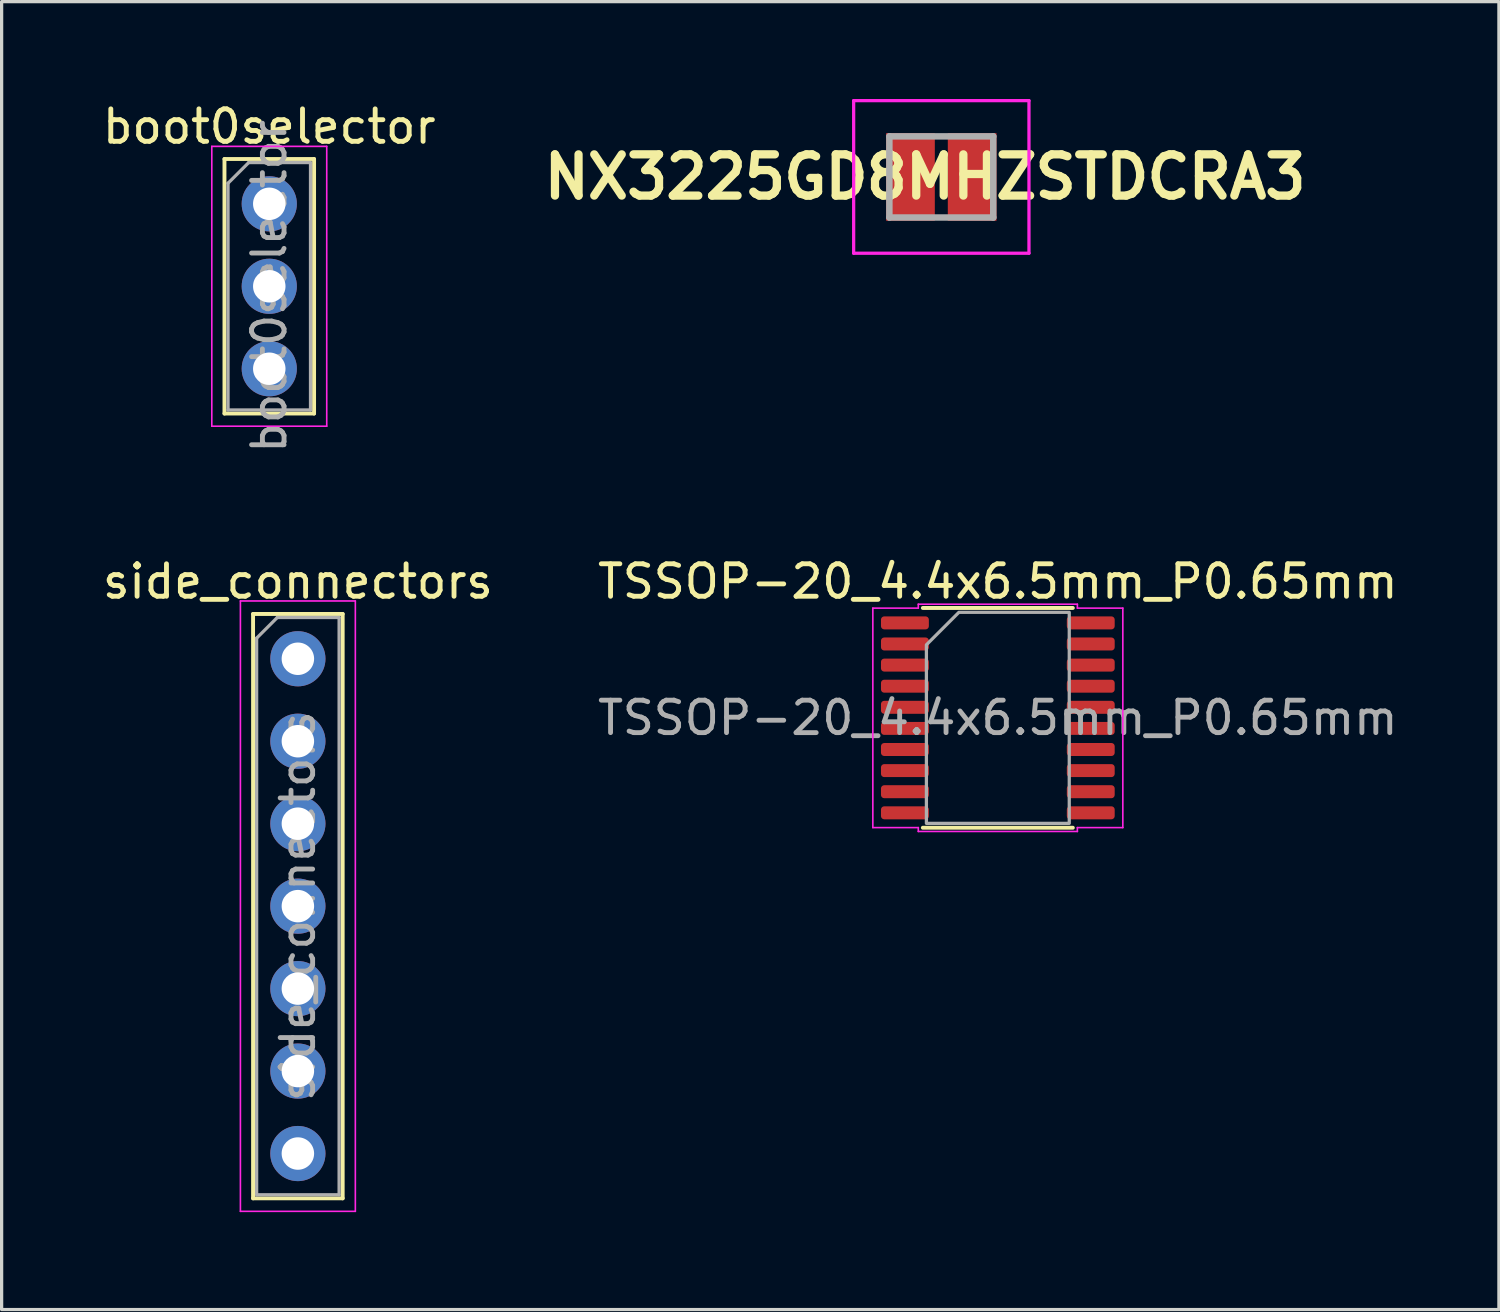
<source format=kicad_pcb>
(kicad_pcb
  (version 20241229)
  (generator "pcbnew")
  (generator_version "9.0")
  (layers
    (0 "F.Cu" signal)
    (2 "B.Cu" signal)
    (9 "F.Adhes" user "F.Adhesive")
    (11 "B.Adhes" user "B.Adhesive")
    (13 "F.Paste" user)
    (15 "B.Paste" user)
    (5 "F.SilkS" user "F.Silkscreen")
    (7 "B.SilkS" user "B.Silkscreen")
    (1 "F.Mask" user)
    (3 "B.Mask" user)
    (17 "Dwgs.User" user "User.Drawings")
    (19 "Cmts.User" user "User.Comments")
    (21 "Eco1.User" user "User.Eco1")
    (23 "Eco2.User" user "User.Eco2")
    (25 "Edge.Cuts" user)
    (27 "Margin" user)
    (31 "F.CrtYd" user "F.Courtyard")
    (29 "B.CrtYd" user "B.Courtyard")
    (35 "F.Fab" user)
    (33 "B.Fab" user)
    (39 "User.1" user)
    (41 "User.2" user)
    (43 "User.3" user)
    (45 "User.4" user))
  (footprint "side_connectors"
    (layer "F.Cu")
    (at 6.125 17.241)
    (property "Reference" "side_connectors" (at 0 -2.38 0) (layer "F.SilkS") (effects (font (size 1 1) (thickness 0.15))))
    (attr through_hole)
    (fp_line (start -1.38 -1.38) (end -1.38 16.62) (stroke (width 0.12) (type solid)) (layer "F.SilkS"))
    (fp_line (start -1.38 -1.38) (end 1.38 -1.38) (stroke (width 0.12) (type solid)) (layer "F.SilkS"))
    (fp_line (start -1.38 16.62) (end 1.38 16.62) (stroke (width 0.12) (type solid)) (layer "F.SilkS"))
    (fp_line (start 1.38 -1.38) (end 1.38 16.62) (stroke (width 0.12) (type solid)) (layer "F.SilkS"))
    (fp_line (start -1.77 -1.78) (end -1.77 17.02) (stroke (width 0.05) (type solid)) (layer "F.CrtYd"))
    (fp_line (start -1.77 17.02) (end 1.77 17.02) (stroke (width 0.05) (type solid)) (layer "F.CrtYd"))
    (fp_line (start 1.77 -1.78) (end -1.77 -1.78) (stroke (width 0.05) (type solid)) (layer "F.CrtYd"))
    (fp_line (start 1.77 17.02) (end 1.77 -1.78) (stroke (width 0.05) (type solid)) (layer "F.CrtYd"))
    (fp_line (start -1.27 -0.635) (end -0.635 -1.27) (stroke (width 0.1) (type solid)) (layer "F.Fab"))
    (fp_line (start -1.27 16.51) (end -1.27 -0.635) (stroke (width 0.1) (type solid)) (layer "F.Fab"))
    (fp_line (start -0.635 -1.27) (end 1.27 -1.27) (stroke (width 0.1) (type solid)) (layer "F.Fab"))
    (fp_line (start 1.27 -1.27) (end 1.27 16.51) (stroke (width 0.1) (type solid)) (layer "F.Fab"))
    (fp_line (start 1.27 16.51) (end -1.27 16.51) (stroke (width 0.1) (type solid)) (layer "F.Fab"))
    (fp_text user "${REFERENCE}" (at 0 7.62 90) (layer "F.Fab") (effects (font (size 1 1) (thickness 0.15))))
    (pad "1" thru_hole circle (at 0 0) (size 1.7 1.7) (drill 1) (layers "*.Cu" "*.Mask"))
    (pad "2" thru_hole circle (at 0 2.54) (size 1.7 1.7) (drill 1) (layers "*.Cu" "*.Mask"))
    (pad "3" thru_hole circle (at 0 5.08) (size 1.7 1.7) (drill 1) (layers "*.Cu" "*.Mask"))
    (pad "4" thru_hole circle (at 0 7.62) (size 1.7 1.7) (drill 1) (layers "*.Cu" "*.Mask"))
    (pad "5" thru_hole circle (at 0 10.16) (size 1.7 1.7) (drill 1) (layers "*.Cu" "*.Mask"))
    (pad "6" thru_hole circle (at 0 12.7) (size 1.7 1.7) (drill 1) (layers "*.Cu" "*.Mask"))
    (pad "7" thru_hole circle (at 0 15.24) (size 1.7 1.7) (drill 1) (layers "*.Cu" "*.Mask")))
  (footprint "TSSOP-20_4.4x6.5mm_P0.65mm"
    (layer "F.Cu")
    (at 27.685 19.061)
    (property "Reference" "TSSOP-20_4.4x6.5mm_P0.65mm" (at 0 -4.2 0) (layer "F.SilkS") (effects (font (size 1 1) (thickness 0.15))))
    (attr smd)
    (fp_line (start -2.31 -3.385) (end 2.31 -3.385) (stroke (width 0.12) (type solid)) (layer "F.SilkS"))
    (fp_line (start 2.31 3.385) (end -2.31 3.385) (stroke (width 0.12) (type solid)) (layer "F.SilkS"))
    (fp_line (start -3.85 -3.38) (end -2.45 -3.38) (stroke (width 0.05) (type solid)) (layer "F.CrtYd"))
    (fp_line (start -3.85 3.38) (end -3.85 -3.38) (stroke (width 0.05) (type solid)) (layer "F.CrtYd"))
    (fp_line (start -2.45 -3.5) (end 2.45 -3.5) (stroke (width 0.05) (type solid)) (layer "F.CrtYd"))
    (fp_line (start -2.45 -3.38) (end -2.45 -3.5) (stroke (width 0.05) (type solid)) (layer "F.CrtYd"))
    (fp_line (start -2.45 3.38) (end -3.85 3.38) (stroke (width 0.05) (type solid)) (layer "F.CrtYd"))
    (fp_line (start -2.45 3.5) (end -2.45 3.38) (stroke (width 0.05) (type solid)) (layer "F.CrtYd"))
    (fp_line (start 2.45 -3.5) (end 2.45 -3.38) (stroke (width 0.05) (type solid)) (layer "F.CrtYd"))
    (fp_line (start 2.45 -3.38) (end 3.85 -3.38) (stroke (width 0.05) (type solid)) (layer "F.CrtYd"))
    (fp_line (start 2.45 3.38) (end 2.45 3.5) (stroke (width 0.05) (type solid)) (layer "F.CrtYd"))
    (fp_line (start 2.45 3.5) (end -2.45 3.5) (stroke (width 0.05) (type solid)) (layer "F.CrtYd"))
    (fp_line (start 3.85 -3.38) (end 3.85 3.38) (stroke (width 0.05) (type solid)) (layer "F.CrtYd"))
    (fp_line (start 3.85 3.38) (end 2.45 3.38) (stroke (width 0.05) (type solid)) (layer "F.CrtYd"))
    (fp_poly (pts (xy -2.2 -2.25) (xy -2.2 3.25) (xy 2.2 3.25) (xy 2.2 -3.25) (xy -1.2 -3.25)) (stroke (width 0.1) (type solid)) (fill no) (layer "F.Fab"))
    (fp_text user "${REFERENCE}" (at 0 0 0) (layer "F.Fab") (effects (font (size 1 1) (thickness 0.15))))
    (pad "1" smd roundrect (at -2.862 -2.925) (size 1.475 0.4) (layers "F.Cu" "F.Mask" "F.Paste") (roundrect_rratio 0.25))
    (pad "2" smd roundrect (at -2.862 -2.275) (size 1.475 0.4) (layers "F.Cu" "F.Mask" "F.Paste") (roundrect_rratio 0.25))
    (pad "3" smd roundrect (at -2.862 -1.625) (size 1.475 0.4) (layers "F.Cu" "F.Mask" "F.Paste") (roundrect_rratio 0.25))
    (pad "4" smd roundrect (at -2.862 -0.975) (size 1.475 0.4) (layers "F.Cu" "F.Mask" "F.Paste") (roundrect_rratio 0.25))
    (pad "5" smd roundrect (at -2.862 -0.325) (size 1.475 0.4) (layers "F.Cu" "F.Mask" "F.Paste") (roundrect_rratio 0.25))
    (pad "6" smd roundrect (at -2.862 0.325) (size 1.475 0.4) (layers "F.Cu" "F.Mask" "F.Paste") (roundrect_rratio 0.25))
    (pad "7" smd roundrect (at -2.862 0.975) (size 1.475 0.4) (layers "F.Cu" "F.Mask" "F.Paste") (roundrect_rratio 0.25))
    (pad "8" smd roundrect (at -2.862 1.625) (size 1.475 0.4) (layers "F.Cu" "F.Mask" "F.Paste") (roundrect_rratio 0.25))
    (pad "9" smd roundrect (at -2.862 2.275) (size 1.475 0.4) (layers "F.Cu" "F.Mask" "F.Paste") (roundrect_rratio 0.25))
    (pad "10" smd roundrect (at -2.862 2.925) (size 1.475 0.4) (layers "F.Cu" "F.Mask" "F.Paste") (roundrect_rratio 0.25))
    (pad "11" smd roundrect (at 2.862 2.925) (size 1.475 0.4) (layers "F.Cu" "F.Mask" "F.Paste") (roundrect_rratio 0.25))
    (pad "12" smd roundrect (at 2.862 2.275) (size 1.475 0.4) (layers "F.Cu" "F.Mask" "F.Paste") (roundrect_rratio 0.25))
    (pad "13" smd roundrect (at 2.862 1.625) (size 1.475 0.4) (layers "F.Cu" "F.Mask" "F.Paste") (roundrect_rratio 0.25))
    (pad "14" smd roundrect (at 2.862 0.975) (size 1.475 0.4) (layers "F.Cu" "F.Mask" "F.Paste") (roundrect_rratio 0.25))
    (pad "15" smd roundrect (at 2.862 0.325) (size 1.475 0.4) (layers "F.Cu" "F.Mask" "F.Paste") (roundrect_rratio 0.25))
    (pad "16" smd roundrect (at 2.862 -0.325) (size 1.475 0.4) (layers "F.Cu" "F.Mask" "F.Paste") (roundrect_rratio 0.25))
    (pad "17" smd roundrect (at 2.862 -0.975) (size 1.475 0.4) (layers "F.Cu" "F.Mask" "F.Paste") (roundrect_rratio 0.25))
    (pad "18" smd roundrect (at 2.862 -1.625) (size 1.475 0.4) (layers "F.Cu" "F.Mask" "F.Paste") (roundrect_rratio 0.25))
    (pad "19" smd roundrect (at 2.862 -2.275) (size 1.475 0.4) (layers "F.Cu" "F.Mask" "F.Paste") (roundrect_rratio 0.25))
    (pad "20" smd roundrect (at 2.862 -2.925) (size 1.475 0.4) (layers "F.Cu" "F.Mask" "F.Paste") (roundrect_rratio 0.25)))
  (footprint "boot0selector"
    (layer "F.Cu")
    (at 5.244 3.228)
    (property "Reference" "boot0selector" (at 0 -2.38 180) (layer "F.SilkS") (effects (font (size 1 1) (thickness 0.15))))
    (attr through_hole)
    (fp_line (start -1.38 -1.38) (end -1.38 6.46) (stroke (width 0.12) (type solid)) (layer "F.SilkS"))
    (fp_line (start -1.38 -1.38) (end 1.38 -1.38) (stroke (width 0.12) (type solid)) (layer "F.SilkS"))
    (fp_line (start -1.38 6.46) (end 1.38 6.46) (stroke (width 0.12) (type solid)) (layer "F.SilkS"))
    (fp_line (start 1.38 -1.38) (end 1.38 6.46) (stroke (width 0.12) (type solid)) (layer "F.SilkS"))
    (fp_line (start -1.77 -1.77) (end -1.77 6.85) (stroke (width 0.05) (type solid)) (layer "F.CrtYd"))
    (fp_line (start -1.77 6.85) (end 1.77 6.85) (stroke (width 0.05) (type solid)) (layer "F.CrtYd"))
    (fp_line (start 1.77 -1.77) (end -1.77 -1.77) (stroke (width 0.05) (type solid)) (layer "F.CrtYd"))
    (fp_line (start 1.77 6.85) (end 1.77 -1.77) (stroke (width 0.05) (type solid)) (layer "F.CrtYd"))
    (fp_line (start -1.27 -0.635) (end -0.635 -1.27) (stroke (width 0.1) (type solid)) (layer "F.Fab"))
    (fp_line (start -1.27 6.35) (end -1.27 -0.635) (stroke (width 0.1) (type solid)) (layer "F.Fab"))
    (fp_line (start -0.635 -1.27) (end 1.27 -1.27) (stroke (width 0.1) (type solid)) (layer "F.Fab"))
    (fp_line (start 1.27 -1.27) (end 1.27 6.35) (stroke (width 0.1) (type solid)) (layer "F.Fab"))
    (fp_line (start 1.27 6.35) (end -1.27 6.35) (stroke (width 0.1) (type solid)) (layer "F.Fab"))
    (fp_text user "${REFERENCE}" (at 0 2.54 270) (layer "F.Fab") (effects (font (size 1 1) (thickness 0.15))))
    (pad "1" thru_hole circle (at 0 0) (size 1.7 1.7) (drill 1) (layers "*.Cu" "*.Mask"))
    (pad "2" thru_hole circle (at 0 2.54) (size 1.7 1.7) (drill 1) (layers "*.Cu" "*.Mask"))
    (pad "3" thru_hole circle (at 0 5.08) (size 1.7 1.7) (drill 1) (layers "*.Cu" "*.Mask")))
  (footprint "NX3225GD8MHZSTDCRA3"
    (layer "F.Cu")
    (at 25.944 2.4)
    (property "Reference" "NX3225GD8MHZSTDCRA3" (at -0.5 0 0) (layer "F.SilkS") (effects (font (size 1.27 1.27) (thickness 0.254))))
    (attr smd)
    (fp_line (start -2.7 -2.35) (end 2.7 -2.35) (stroke (width 0.1) (type solid)) (layer "F.CrtYd"))
    (fp_line (start -2.7 2.35) (end -2.7 -2.35) (stroke (width 0.1) (type solid)) (layer "F.CrtYd"))
    (fp_line (start 2.7 -2.35) (end 2.7 2.35) (stroke (width 0.1) (type solid)) (layer "F.CrtYd"))
    (fp_line (start 2.7 2.35) (end -2.7 2.35) (stroke (width 0.1) (type solid)) (layer "F.CrtYd"))
    (fp_line (start -1.6 -1.25) (end -1.6 1.25) (stroke (width 0.2) (type solid)) (layer "F.Fab"))
    (fp_line (start -1.6 1.25) (end 1.6 1.25) (stroke (width 0.2) (type solid)) (layer "F.Fab"))
    (fp_line (start 1.6 -1.25) (end -1.6 -1.25) (stroke (width 0.2) (type solid)) (layer "F.Fab"))
    (fp_line (start 1.6 1.25) (end 1.6 -1.25) (stroke (width 0.2) (type solid)) (layer "F.Fab"))
    (pad "1" smd rect (at -0.95 0) (size 1.5 2.7) (layers "F.Cu" "F.Mask" "F.Paste"))
    (pad "2" smd rect (at 0.95 0) (size 1.5 2.7) (layers "F.Cu" "F.Mask" "F.Paste")))
  (gr_rect
    (start -3 -3)
    (end 43.119 37.286)
    (stroke (width 0.1) (type default))
    (fill no)
    (layer "Edge.Cuts")))
</source>
